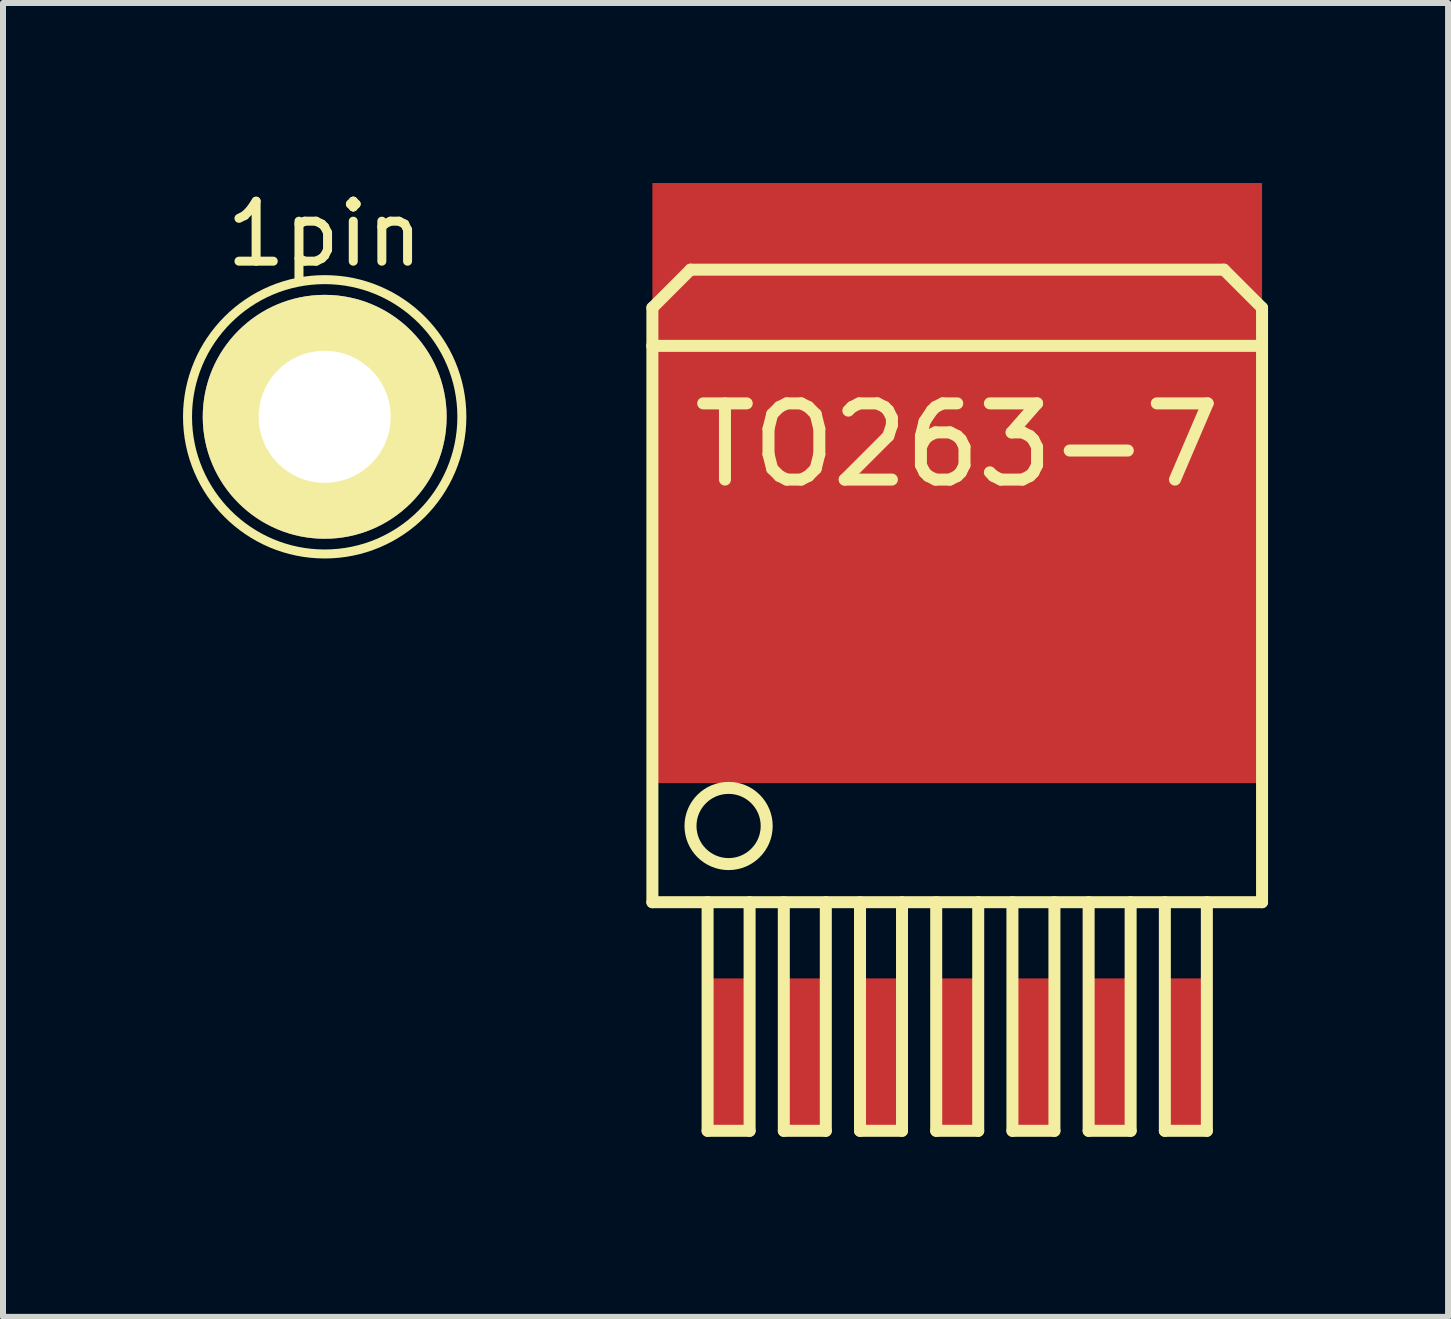
<source format=kicad_pcb>
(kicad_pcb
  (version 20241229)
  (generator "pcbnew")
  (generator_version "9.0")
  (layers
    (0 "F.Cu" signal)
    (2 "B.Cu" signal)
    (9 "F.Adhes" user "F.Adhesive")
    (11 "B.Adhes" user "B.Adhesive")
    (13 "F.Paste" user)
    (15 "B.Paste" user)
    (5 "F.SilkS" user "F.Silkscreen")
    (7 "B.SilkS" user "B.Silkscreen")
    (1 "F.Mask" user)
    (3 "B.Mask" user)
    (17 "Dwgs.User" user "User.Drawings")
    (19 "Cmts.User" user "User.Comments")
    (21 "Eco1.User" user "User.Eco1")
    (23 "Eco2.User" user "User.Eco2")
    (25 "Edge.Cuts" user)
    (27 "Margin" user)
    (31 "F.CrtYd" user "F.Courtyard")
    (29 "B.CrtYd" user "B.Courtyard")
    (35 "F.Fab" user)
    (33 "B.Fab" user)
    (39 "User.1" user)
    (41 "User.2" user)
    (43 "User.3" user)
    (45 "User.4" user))
  (footprint "1pin"
    (layer "F.Cu")
    (at 2.361 3.896)
    (property "Reference" "1pin" (at 0 -3.048 0) (layer "F.SilkS") (effects (font (size 1 1) (thickness 0.15))))
    (attr through_hole)
    (fp_circle (center 0 0) (end 0 -2.286) (stroke (width 0.15) (type solid)) (fill no) (layer "F.SilkS"))
    (pad "1" thru_hole circle (at 0 0) (size 4.064 4.064) (drill 2.2) (layers "*.Cu" "*.Mask" "F.SilkS")))
  (footprint "TO263-7"
    (layer "F.Cu")
    (at 12.902 14.525)
    (property "Reference" "TO263-7" (at 0 -10.16 0) (layer "F.SilkS") (effects (font (size 1.27 1.27) (thickness 0.2))))
    (attr smd)
    (fp_line (start -5.08 -12.446) (end -4.445 -13.081) (stroke (width 0.2) (type solid)) (layer "F.SilkS"))
    (fp_line (start -5.08 -11.811) (end -5.08 -12.446) (stroke (width 0.2) (type solid)) (layer "F.SilkS"))
    (fp_line (start -5.08 -11.811) (end -5.08 -2.54) (stroke (width 0.2) (type solid)) (layer "F.SilkS"))
    (fp_line (start -5.08 -2.54) (end 5.08 -2.54) (stroke (width 0.2) (type solid)) (layer "F.SilkS"))
    (fp_line (start -4.445 -13.081) (end 4.445 -13.081) (stroke (width 0.2) (type solid)) (layer "F.SilkS"))
    (fp_line (start -4.16 -2.54) (end -4.16 1.27) (stroke (width 0.2) (type solid)) (layer "F.SilkS"))
    (fp_line (start -4.16 1.27) (end -3.46 1.27) (stroke (width 0.2) (type solid)) (layer "F.SilkS"))
    (fp_line (start -3.46 1.27) (end -3.46 -2.54) (stroke (width 0.2) (type solid)) (layer "F.SilkS"))
    (fp_line (start -2.89 -2.54) (end -2.89 1.27) (stroke (width 0.2) (type solid)) (layer "F.SilkS"))
    (fp_line (start -2.89 1.27) (end -2.19 1.27) (stroke (width 0.2) (type solid)) (layer "F.SilkS"))
    (fp_line (start -2.19 1.27) (end -2.19 -2.54) (stroke (width 0.2) (type solid)) (layer "F.SilkS"))
    (fp_line (start -1.62 -2.54) (end -1.62 1.27) (stroke (width 0.2) (type solid)) (layer "F.SilkS"))
    (fp_line (start -1.62 1.27) (end -0.92 1.27) (stroke (width 0.2) (type solid)) (layer "F.SilkS"))
    (fp_line (start -0.92 1.27) (end -0.92 -2.54) (stroke (width 0.2) (type solid)) (layer "F.SilkS"))
    (fp_line (start -0.35 -2.54) (end -0.35 1.27) (stroke (width 0.2) (type solid)) (layer "F.SilkS"))
    (fp_line (start -0.35 1.27) (end 0.35 1.27) (stroke (width 0.2) (type solid)) (layer "F.SilkS"))
    (fp_line (start 0.35 1.27) (end 0.35 -2.54) (stroke (width 0.2) (type solid)) (layer "F.SilkS"))
    (fp_line (start 0.92 -2.54) (end 0.92 1.27) (stroke (width 0.2) (type solid)) (layer "F.SilkS"))
    (fp_line (start 0.92 1.27) (end 1.62 1.27) (stroke (width 0.2) (type solid)) (layer "F.SilkS"))
    (fp_line (start 1.62 1.27) (end 1.62 -2.54) (stroke (width 0.2) (type solid)) (layer "F.SilkS"))
    (fp_line (start 2.19 -2.54) (end 2.19 1.27) (stroke (width 0.2) (type solid)) (layer "F.SilkS"))
    (fp_line (start 2.19 1.27) (end 2.89 1.27) (stroke (width 0.2) (type solid)) (layer "F.SilkS"))
    (fp_line (start 2.89 1.27) (end 2.89 -2.54) (stroke (width 0.2) (type solid)) (layer "F.SilkS"))
    (fp_line (start 3.46 -2.54) (end 3.46 1.27) (stroke (width 0.2) (type solid)) (layer "F.SilkS"))
    (fp_line (start 3.46 1.27) (end 4.16 1.27) (stroke (width 0.2) (type solid)) (layer "F.SilkS"))
    (fp_line (start 4.16 1.27) (end 4.16 -2.54) (stroke (width 0.2) (type solid)) (layer "F.SilkS"))
    (fp_line (start 4.445 -13.081) (end 5.08 -12.446) (stroke (width 0.2) (type solid)) (layer "F.SilkS"))
    (fp_line (start 5.08 -12.446) (end 5.08 -11.811) (stroke (width 0.2) (type solid)) (layer "F.SilkS"))
    (fp_line (start 5.08 -11.811) (end -5.08 -11.811) (stroke (width 0.2) (type solid)) (layer "F.SilkS"))
    (fp_line (start 5.08 -2.54) (end 5.08 -11.811) (stroke (width 0.2) (type solid)) (layer "F.SilkS"))
    (fp_circle (center -3.81 -3.81) (end -4.445 -3.81) (stroke (width 0.2) (type solid)) (fill no) (layer "F.SilkS"))
    (pad "1" smd rect (at -3.81 0) (size 0.7 2.54) (layers "F.Cu" "F.Mask" "F.Paste"))
    (pad "2" smd rect (at -2.54 0) (size 0.7 2.54) (layers "F.Cu" "F.Mask" "F.Paste"))
    (pad "3" smd rect (at -1.27 0) (size 0.7 2.54) (layers "F.Cu" "F.Mask" "F.Paste"))
    (pad "4" smd rect (at 0 -9.525) (size 10.16 10) (layers "F.Cu" "F.Mask" "F.Paste"))
    (pad "4" smd rect (at 0 0) (size 0.7 2.54) (layers "F.Cu" "F.Mask" "F.Paste"))
    (pad "5" smd rect (at 1.27 0) (size 0.7 2.54) (layers "F.Cu" "F.Mask" "F.Paste"))
    (pad "6" smd rect (at 2.54 0) (size 0.7 2.54) (layers "F.Cu" "F.Mask" "F.Paste"))
    (pad "7" smd rect (at 3.81 0) (size 0.7 2.54) (layers "F.Cu" "F.Mask" "F.Paste")))
  (gr_rect
    (start -3 -3)
    (end 21.082 18.895)
    (stroke (width 0.1) (type default))
    (fill no)
    (layer "Edge.Cuts")))
</source>
